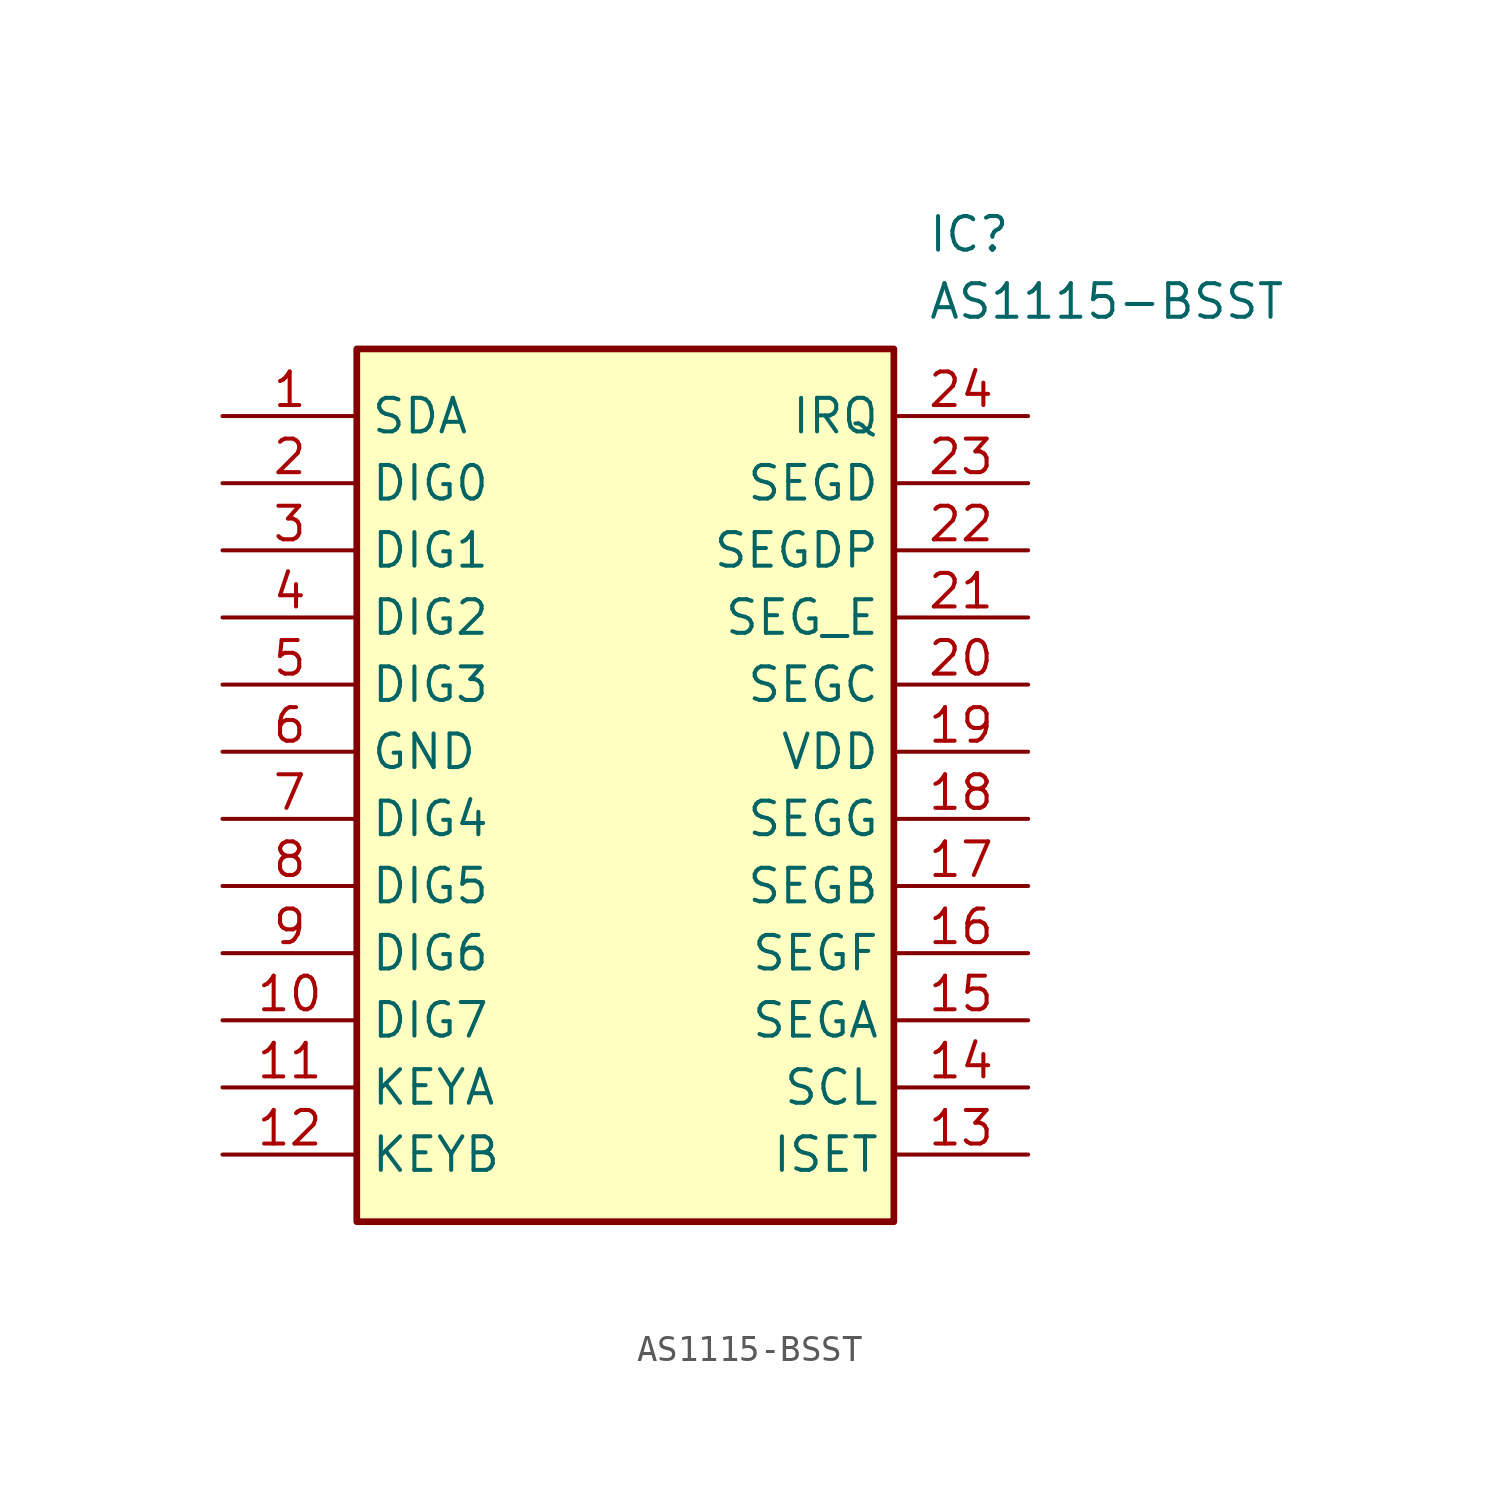
<source format=kicad_sym>
(kicad_symbol_lib
  (version 20211014)
  (generator SamacSys_ECAD_Model)
  (symbol "AS1115-BSST"
    (property "Reference" "IC"
      (at 26.67 7.62 0)
      (effects (font (size 1.27 1.27)) (justify left top)))
    (property "Value" "AS1115-BSST"
      (at 26.67 5.08 0)
      (effects (font (size 1.27 1.27)) (justify left top)))
    (rectangle
      (start 5.08 2.54)
      (end 25.4 -30.48)
      (stroke (width 0.254) (type default))
      (fill (type background)))
    (pin passive line
      (at 0 0 0)
      (length 5.08)
      (name "SDA" (effects (font (size 1.27 1.27))))
      (number "1" (effects (font (size 1.27 1.27)))))
    (pin passive line
      (at 0 -2.54 0)
      (length 5.08)
      (name "DIG0" (effects (font (size 1.27 1.27))))
      (number "2" (effects (font (size 1.27 1.27)))))
    (pin passive line
      (at 0 -5.08 0)
      (length 5.08)
      (name "DIG1" (effects (font (size 1.27 1.27))))
      (number "3" (effects (font (size 1.27 1.27)))))
    (pin passive line
      (at 0 -7.62 0)
      (length 5.08)
      (name "DIG2" (effects (font (size 1.27 1.27))))
      (number "4" (effects (font (size 1.27 1.27)))))
    (pin passive line
      (at 0 -10.16 0)
      (length 5.08)
      (name "DIG3" (effects (font (size 1.27 1.27))))
      (number "5" (effects (font (size 1.27 1.27)))))
    (pin passive line
      (at 0 -12.7 0)
      (length 5.08)
      (name "GND" (effects (font (size 1.27 1.27))))
      (number "6" (effects (font (size 1.27 1.27)))))
    (pin passive line
      (at 0 -15.24 0)
      (length 5.08)
      (name "DIG4" (effects (font (size 1.27 1.27))))
      (number "7" (effects (font (size 1.27 1.27)))))
    (pin passive line
      (at 0 -17.78 0)
      (length 5.08)
      (name "DIG5" (effects (font (size 1.27 1.27))))
      (number "8" (effects (font (size 1.27 1.27)))))
    (pin passive line
      (at 0 -20.32 0)
      (length 5.08)
      (name "DIG6" (effects (font (size 1.27 1.27))))
      (number "9" (effects (font (size 1.27 1.27)))))
    (pin passive line
      (at 0 -22.86 0)
      (length 5.08)
      (name "DIG7" (effects (font (size 1.27 1.27))))
      (number "10" (effects (font (size 1.27 1.27)))))
    (pin passive line
      (at 0 -25.4 0)
      (length 5.08)
      (name "KEYA" (effects (font (size 1.27 1.27))))
      (number "11" (effects (font (size 1.27 1.27)))))
    (pin passive line
      (at 0 -27.94 0)
      (length 5.08)
      (name "KEYB" (effects (font (size 1.27 1.27))))
      (number "12" (effects (font (size 1.27 1.27)))))
    (pin passive line
      (at 30.48 0 180)
      (length 5.08)
      (name "IRQ" (effects (font (size 1.27 1.27))))
      (number "24" (effects (font (size 1.27 1.27)))))
    (pin passive line
      (at 30.48 -2.54 180)
      (length 5.08)
      (name "SEGD" (effects (font (size 1.27 1.27))))
      (number "23" (effects (font (size 1.27 1.27)))))
    (pin passive line
      (at 30.48 -5.08 180)
      (length 5.08)
      (name "SEGDP" (effects (font (size 1.27 1.27))))
      (number "22" (effects (font (size 1.27 1.27)))))
    (pin passive line
      (at 30.48 -7.62 180)
      (length 5.08)
      (name "SEG_E" (effects (font (size 1.27 1.27))))
      (number "21" (effects (font (size 1.27 1.27)))))
    (pin passive line
      (at 30.48 -10.16 180)
      (length 5.08)
      (name "SEGC" (effects (font (size 1.27 1.27))))
      (number "20" (effects (font (size 1.27 1.27)))))
    (pin passive line
      (at 30.48 -12.7 180)
      (length 5.08)
      (name "VDD" (effects (font (size 1.27 1.27))))
      (number "19" (effects (font (size 1.27 1.27)))))
    (pin passive line
      (at 30.48 -15.24 180)
      (length 5.08)
      (name "SEGG" (effects (font (size 1.27 1.27))))
      (number "18" (effects (font (size 1.27 1.27)))))
    (pin passive line
      (at 30.48 -17.78 180)
      (length 5.08)
      (name "SEGB" (effects (font (size 1.27 1.27))))
      (number "17" (effects (font (size 1.27 1.27)))))
    (pin passive line
      (at 30.48 -20.32 180)
      (length 5.08)
      (name "SEGF" (effects (font (size 1.27 1.27))))
      (number "16" (effects (font (size 1.27 1.27)))))
    (pin passive line
      (at 30.48 -22.86 180)
      (length 5.08)
      (name "SEGA" (effects (font (size 1.27 1.27))))
      (number "15" (effects (font (size 1.27 1.27)))))
    (pin passive line
      (at 30.48 -25.4 180)
      (length 5.08)
      (name "SCL" (effects (font (size 1.27 1.27))))
      (number "14" (effects (font (size 1.27 1.27)))))
    (pin passive line
      (at 30.48 -27.94 180)
      (length 5.08)
      (name "ISET" (effects (font (size 1.27 1.27))))
      (number "13" (effects (font (size 1.27 1.27)))))))
</source>
